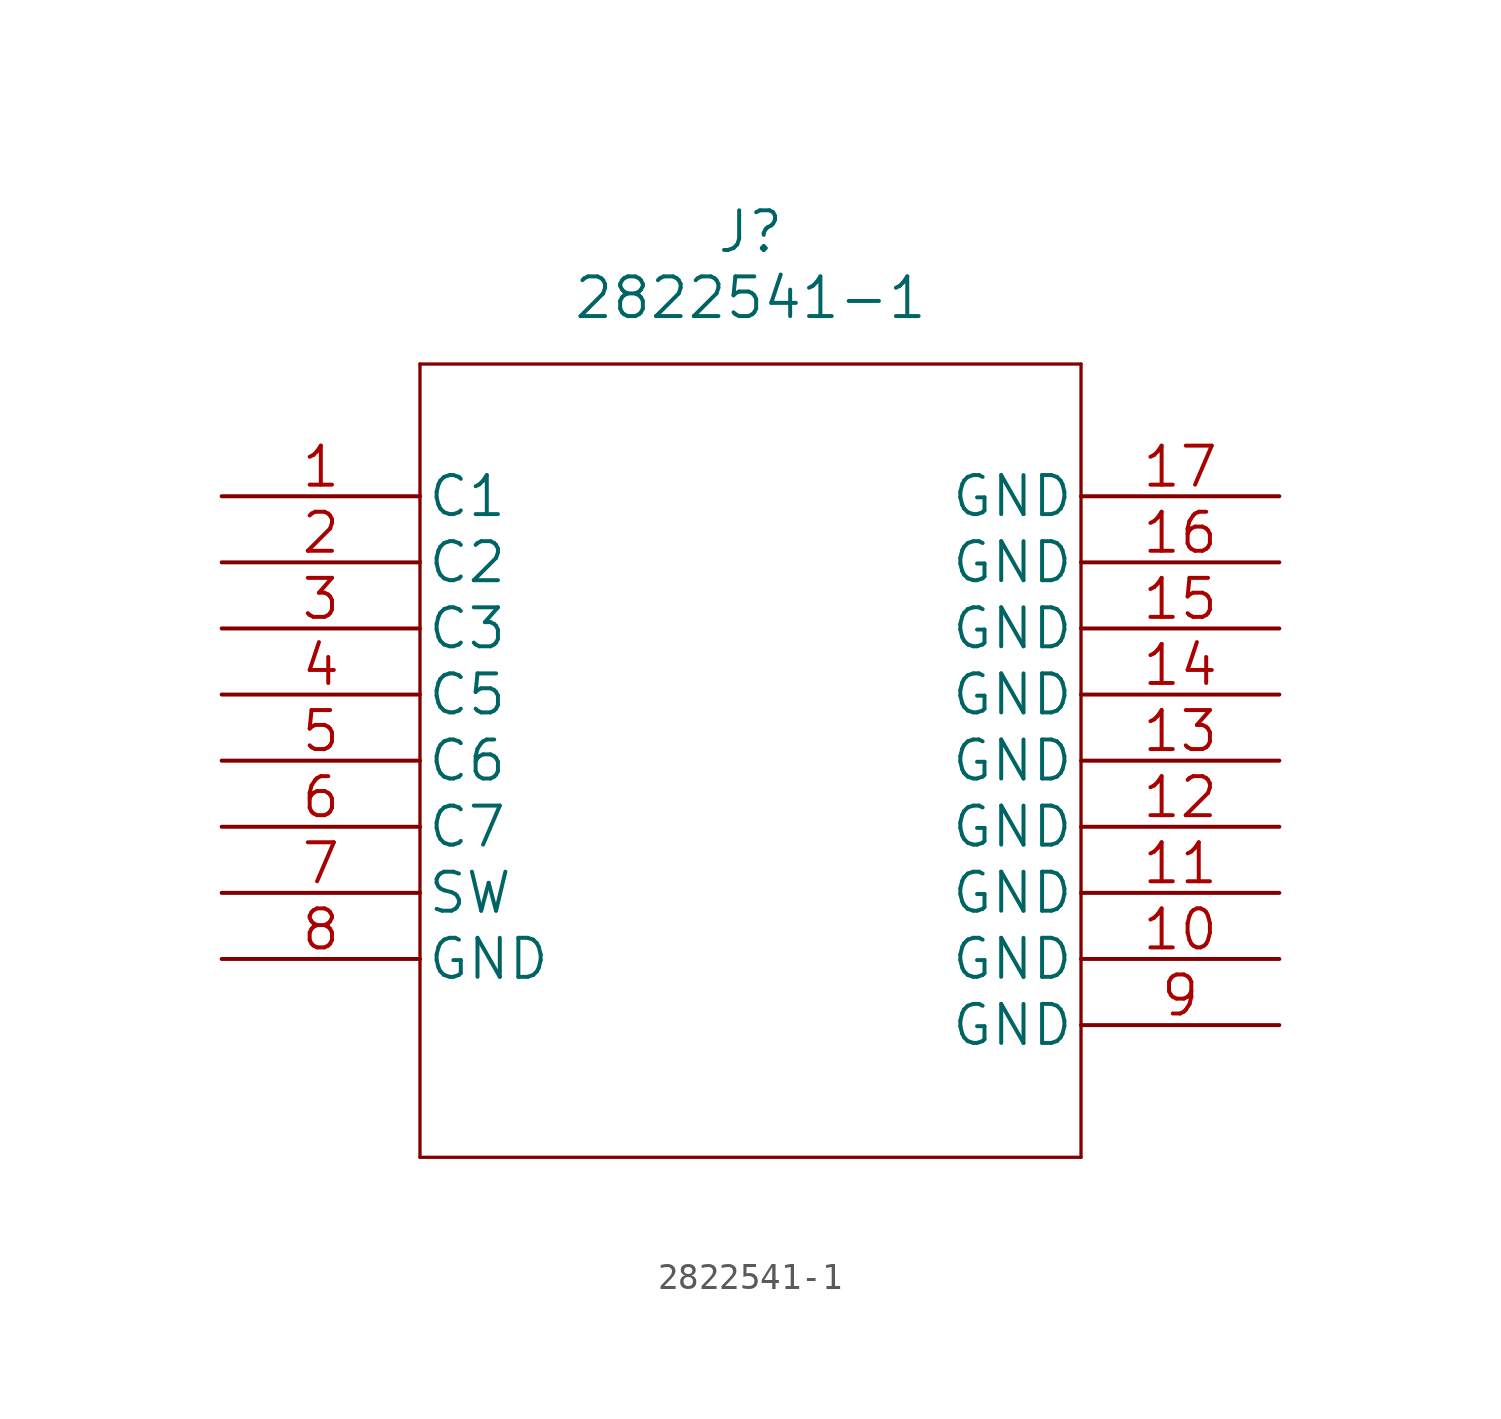
<source format=kicad_sym>
(kicad_symbol_lib
  (version 20211014)
  (generator kicad_symbol_editor)
  (symbol "2822541-1"
    (pin_names
      (offset 0.254))
    (property "Reference" "J"
      (at 20.32 10.16 0)
      (effects (font (size 1.524 1.524))))
    (property "Value" "2822541-1"
      (at 20.32 7.62 0)
      (effects (font (size 1.524 1.524))))
    (property "Datasheet" ""
      (at 0 0 0)
      (effects (font (size 1.524 1.524))))
    (property "ki_locked" ""
      (at 0 0 0)
      (effects (font (size 1.27 1.27))))
    (symbol "2822541-1_1_1"
      (polyline (pts (xy 7.62 -25.4) (xy 33.02 -25.4)) (stroke (width 0.127) (type default) (color 0 0 0 0)) (fill (type none)))
      (polyline (pts (xy 7.62 5.08) (xy 7.62 -25.4)) (stroke (width 0.127) (type default) (color 0 0 0 0)) (fill (type none)))
      (polyline (pts (xy 33.02 -25.4) (xy 33.02 5.08)) (stroke (width 0.127) (type default) (color 0 0 0 0)) (fill (type none)))
      (polyline (pts (xy 33.02 5.08) (xy 7.62 5.08)) (stroke (width 0.127) (type default) (color 0 0 0 0)) (fill (type none)))
      (pin bidirectional line (at 0 0 0) (length 7.62) (name "C1" (effects (font (size 1.499 1.499)))) (number "1" (effects (font (size 1.499 1.499)))))
      (pin power_in line (at 40.64 -17.78 180) (length 7.62) (name "GND" (effects (font (size 1.499 1.499)))) (number "10" (effects (font (size 1.499 1.499)))))
      (pin power_in line (at 40.64 -15.24 180) (length 7.62) (name "GND" (effects (font (size 1.499 1.499)))) (number "11" (effects (font (size 1.499 1.499)))))
      (pin power_in line (at 40.64 -12.7 180) (length 7.62) (name "GND" (effects (font (size 1.499 1.499)))) (number "12" (effects (font (size 1.499 1.499)))))
      (pin power_in line (at 40.64 -10.16 180) (length 7.62) (name "GND" (effects (font (size 1.499 1.499)))) (number "13" (effects (font (size 1.499 1.499)))))
      (pin power_in line (at 40.64 -7.62 180) (length 7.62) (name "GND" (effects (font (size 1.499 1.499)))) (number "14" (effects (font (size 1.499 1.499)))))
      (pin power_in line (at 40.64 -5.08 180) (length 7.62) (name "GND" (effects (font (size 1.499 1.499)))) (number "15" (effects (font (size 1.499 1.499)))))
      (pin power_in line (at 40.64 -2.54 180) (length 7.62) (name "GND" (effects (font (size 1.499 1.499)))) (number "16" (effects (font (size 1.499 1.499)))))
      (pin power_in line (at 40.64 0 180) (length 7.62) (name "GND" (effects (font (size 1.499 1.499)))) (number "17" (effects (font (size 1.499 1.499)))))
      (pin bidirectional line (at 0 -2.54 0) (length 7.62) (name "C2" (effects (font (size 1.499 1.499)))) (number "2" (effects (font (size 1.499 1.499)))))
      (pin bidirectional line (at 0 -5.08 0) (length 7.62) (name "C3" (effects (font (size 1.499 1.499)))) (number "3" (effects (font (size 1.499 1.499)))))
      (pin bidirectional line (at 0 -7.62 0) (length 7.62) (name "C5" (effects (font (size 1.499 1.499)))) (number "4" (effects (font (size 1.499 1.499)))))
      (pin bidirectional line (at 0 -10.16 0) (length 7.62) (name "C6" (effects (font (size 1.499 1.499)))) (number "5" (effects (font (size 1.499 1.499)))))
      (pin bidirectional line (at 0 -12.7 0) (length 7.62) (name "C7" (effects (font (size 1.499 1.499)))) (number "6" (effects (font (size 1.499 1.499)))))
      (pin unspecified line (at 0 -15.24 0) (length 7.62) (name "SW" (effects (font (size 1.499 1.499)))) (number "7" (effects (font (size 1.499 1.499)))))
      (pin power_in line (at 0 -17.78 0) (length 7.62) (name "GND" (effects (font (size 1.499 1.499)))) (number "8" (effects (font (size 1.499 1.499)))))
      (pin power_in line (at 40.64 -20.32 180) (length 7.62) (name "GND" (effects (font (size 1.499 1.499)))) (number "9" (effects (font (size 1.499 1.499))))))))
</source>
